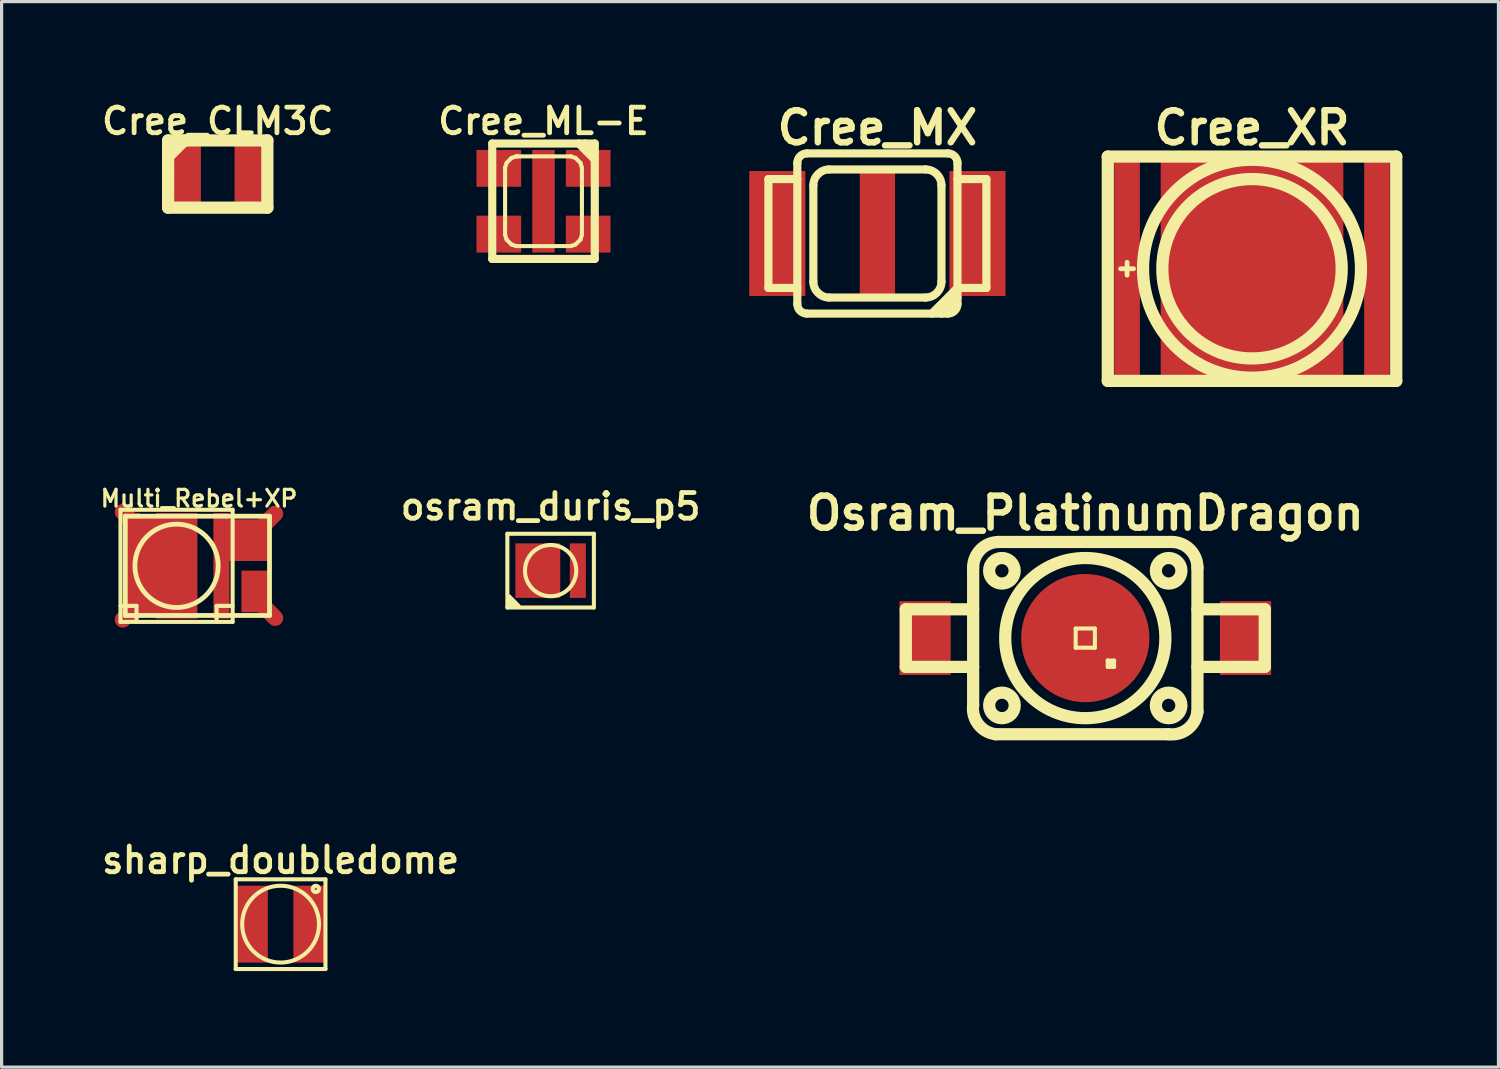
<source format=kicad_pcb>
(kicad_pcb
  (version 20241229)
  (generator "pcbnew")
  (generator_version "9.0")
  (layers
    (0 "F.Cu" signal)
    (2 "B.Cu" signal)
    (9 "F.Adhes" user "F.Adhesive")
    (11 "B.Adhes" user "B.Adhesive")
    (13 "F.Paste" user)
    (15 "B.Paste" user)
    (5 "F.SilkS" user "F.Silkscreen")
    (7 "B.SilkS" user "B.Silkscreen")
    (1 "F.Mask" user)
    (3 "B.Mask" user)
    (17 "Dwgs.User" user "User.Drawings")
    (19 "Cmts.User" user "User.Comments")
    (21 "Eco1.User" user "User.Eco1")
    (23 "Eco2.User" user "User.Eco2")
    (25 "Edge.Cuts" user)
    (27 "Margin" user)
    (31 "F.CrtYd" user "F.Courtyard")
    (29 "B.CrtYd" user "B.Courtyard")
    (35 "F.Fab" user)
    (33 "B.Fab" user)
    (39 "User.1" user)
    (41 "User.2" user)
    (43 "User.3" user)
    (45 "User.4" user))
  (footprint "Cree_XR"
    (layer "F.Cu")
    (at 36.023 5.337)
    (property "Reference" "Cree_XR" (at 0 -4.399 0) (layer "F.SilkS") (effects (font (size 1.001 1.001) (thickness 0.201))))
    (attr through_hole)
    (fp_line (start -4.501 -3.5) (end -4.501 3.5) (stroke (width 0.381) (type solid)) (layer "F.SilkS"))
    (fp_line (start -4.501 3.5) (end 4.501 3.5) (stroke (width 0.381) (type solid)) (layer "F.SilkS"))
    (fp_line (start -3.899 0.201) (end -3.899 -0.201) (stroke (width 0.15) (type solid)) (layer "F.SilkS"))
    (fp_line (start -3.698 0) (end -4.1 0) (stroke (width 0.15) (type solid)) (layer "F.SilkS"))
    (fp_line (start 4.501 -3.5) (end -4.501 -3.5) (stroke (width 0.381) (type solid)) (layer "F.SilkS"))
    (fp_line (start 4.501 3.5) (end 4.501 -3.5) (stroke (width 0.381) (type solid)) (layer "F.SilkS"))
    (fp_circle (center 0 0) (end -3.401 0) (stroke (width 0.381) (type solid)) (fill no) (layer "F.SilkS"))
    (fp_circle (center 0 0) (end -2.799 0) (stroke (width 0.381) (type solid)) (fill no) (layer "F.SilkS"))
    (pad "" smd rect (at -3.861 0) (size 0.297 4.996) (layers "F.Mask" "F.Paste"))
    (pad "" smd rect (at -0.686 -0.925) (size 1.372 1.847) (layers "F.Mask" "F.Paste"))
    (pad "" smd rect (at -0.686 0.925) (size 1.372 1.847) (layers "F.Mask" "F.Paste"))
    (pad "" smd rect (at 0.686 -0.925) (size 1.372 1.847) (layers "F.Mask" "F.Paste"))
    (pad "" smd rect (at 0.686 0.925) (size 1.372 1.847) (layers "F.Mask" "F.Paste"))
    (pad "" smd rect (at 3.861 0) (size 0.297 4.996) (layers "F.Mask" "F.Paste"))
    (pad "1" smd rect (at -3.9 0) (size 0.8 7) (layers "F.Cu"))
    (pad "2" smd rect (at 3.9 0) (size 0.8 7) (layers "F.Cu"))
    (pad "3" smd rect (at 0 0) (size 5.7 7) (layers "F.Cu")))
  (footprint "Osram_PlatinumDragon"
    (layer "F.Cu")
    (at 30.82 16.864)
    (property "Reference" "Osram_PlatinumDragon" (at 0 -3.899 0) (layer "F.SilkS") (effects (font (size 1.001 1.001) (thickness 0.201))))
    (attr through_hole)
    (fp_line (start -5.601 -0.899) (end -5.601 0.899) (stroke (width 0.381) (type solid)) (layer "F.SilkS"))
    (fp_line (start -5.601 0.899) (end -3.5 0.899) (stroke (width 0.381) (type solid)) (layer "F.SilkS"))
    (fp_line (start -3.5 -0.899) (end -5.601 -0.899) (stroke (width 0.381) (type solid)) (layer "F.SilkS"))
    (fp_line (start -3.5 2.101) (end -3.5 -2.2) (stroke (width 0.381) (type solid)) (layer "F.SilkS"))
    (fp_line (start -2.7 -3) (end 2.7 -3) (stroke (width 0.381) (type solid)) (layer "F.SilkS"))
    (fp_line (start -0.3 -0.3) (end 0.3 -0.3) (stroke (width 0.127) (type solid)) (layer "F.SilkS"))
    (fp_line (start -0.3 0.3) (end -0.3 -0.3) (stroke (width 0.127) (type solid)) (layer "F.SilkS"))
    (fp_line (start 0.3 -0.3) (end 0.3 0.3) (stroke (width 0.127) (type solid)) (layer "F.SilkS"))
    (fp_line (start 0.3 0.3) (end -0.3 0.3) (stroke (width 0.127) (type solid)) (layer "F.SilkS"))
    (fp_line (start 0.701 0.701) (end 0.8 0.8) (stroke (width 0.127) (type solid)) (layer "F.SilkS"))
    (fp_line (start 0.701 0.701) (end 0.899 0.701) (stroke (width 0.127) (type solid)) (layer "F.SilkS"))
    (fp_line (start 0.701 0.899) (end 0.701 0.701) (stroke (width 0.127) (type solid)) (layer "F.SilkS"))
    (fp_line (start 0.899 0.701) (end 0.899 0.899) (stroke (width 0.127) (type solid)) (layer "F.SilkS"))
    (fp_line (start 0.899 0.899) (end 0.701 0.899) (stroke (width 0.127) (type solid)) (layer "F.SilkS"))
    (fp_line (start 2.601 3) (end -2.799 3) (stroke (width 0.381) (type solid)) (layer "F.SilkS"))
    (fp_line (start 3.5 -2.2) (end 3.5 2.301) (stroke (width 0.381) (type solid)) (layer "F.SilkS"))
    (fp_line (start 5.601 -0.899) (end 3.5 -0.899) (stroke (width 0.381) (type solid)) (layer "F.SilkS"))
    (fp_line (start 5.601 -0.899) (end 5.601 0.899) (stroke (width 0.381) (type solid)) (layer "F.SilkS"))
    (fp_line (start 5.601 0.899) (end 3.5 0.899) (stroke (width 0.381) (type solid)) (layer "F.SilkS"))
    (fp_arc (start -3.50012 -2.19964) (mid -3.265776 -2.765396) (end -2.70002 -2.99974) (stroke (width 0.381) (type solid)) (layer "F.SilkS"))
    (fp_arc (start -2.79908 2.99974) (mid -3.335822 2.69535) (end -3.50012 2.10058) (stroke (width 0.381) (type solid)) (layer "F.SilkS"))
    (fp_arc (start 2.70002 -2.99974) (mid 3.265776 -2.765396) (end 3.50012 -2.19964) (stroke (width 0.381) (type solid)) (layer "F.SilkS"))
    (fp_arc (start 3.50012 2.30124) (mid 3.193934 2.837238) (end 2.59842 2.99974) (stroke (width 0.381) (type solid)) (layer "F.SilkS"))
    (fp_circle (center -2.603 -2.101) (end -3.002 -2.101) (stroke (width 0.381) (type solid)) (fill no) (layer "F.SilkS"))
    (fp_circle (center -2.601 2.101) (end -3 2.101) (stroke (width 0.381) (type solid)) (fill no) (layer "F.SilkS"))
    (fp_circle (center 0 0) (end -2.499 0) (stroke (width 0.381) (type solid)) (fill no) (layer "F.SilkS"))
    (fp_circle (center 2.601 -2.101) (end 3 -2.101) (stroke (width 0.381) (type solid)) (fill no) (layer "F.SilkS"))
    (fp_circle (center 2.601 2.101) (end 3 2.101) (stroke (width 0.381) (type solid)) (fill no) (layer "F.SilkS"))
    (pad "1" smd rect (at -5.001 0) (size 1.6 2.301) (layers "F.Cu" "F.Mask" "F.Paste"))
    (pad "2" smd rect (at 5.001 0) (size 1.6 2.301) (layers "F.Cu" "F.Mask" "F.Paste"))
    (pad "3" smd circle (at 0 0) (size 4 4) (layers "F.Cu" "F.Mask" "F.Paste")))
  (footprint "Multi_Rebel+XP"
    (layer "F.Cu")
    (at 2.46 14.608)
    (property "Reference" "Multi_Rebel+XP" (at 0.701 -2.101 0) (layer "F.SilkS") (effects (font (size 0.523 0.523) (thickness 0.099))))
    (attr through_hole)
    (fp_line (start -1.75 -1.75) (end -1.75 1.75) (stroke (width 0.127) (type solid)) (layer "F.SilkS"))
    (fp_line (start -1.75 1.25) (end -1.25 1.25) (stroke (width 0.127) (type solid)) (layer "F.SilkS"))
    (fp_line (start -1.75 1.75) (end 1.75 1.75) (stroke (width 0.127) (type solid)) (layer "F.SilkS"))
    (fp_line (start -1.6 -1.549) (end -1.6 1.549) (stroke (width 0.15) (type solid)) (layer "F.SilkS"))
    (fp_line (start -1.6 1.549) (end 2.901 1.549) (stroke (width 0.15) (type solid)) (layer "F.SilkS"))
    (fp_line (start -1.25 1.25) (end -1.25 1.75) (stroke (width 0.127) (type solid)) (layer "F.SilkS"))
    (fp_line (start 1.25 1.25) (end 1.75 1.25) (stroke (width 0.127) (type solid)) (layer "F.SilkS"))
    (fp_line (start 1.25 1.75) (end 1.25 1.25) (stroke (width 0.127) (type solid)) (layer "F.SilkS"))
    (fp_line (start 1.75 -1.75) (end -1.75 -1.75) (stroke (width 0.127) (type solid)) (layer "F.SilkS"))
    (fp_line (start 1.75 1.75) (end 1.75 -1.75) (stroke (width 0.127) (type solid)) (layer "F.SilkS"))
    (fp_line (start 2.901 -1.549) (end -1.6 -1.549) (stroke (width 0.15) (type solid)) (layer "F.SilkS"))
    (fp_line (start 2.901 1.549) (end 2.901 -1.549) (stroke (width 0.15) (type solid)) (layer "F.SilkS"))
    (fp_circle (center 0 0) (end 0 -1.3) (stroke (width 0.15) (type solid)) (fill no) (layer "F.SilkS"))
    (pad "1" smd rect (at 1.4 0) (size 0.5 3.299) (layers "F.Cu" "F.Mask" "F.Paste"))
    (pad "1" smd rect (at 2.273 -0.8) (size 1.3 1.3) (layers "F.Cu" "F.Mask" "F.Paste"))
    (pad "1" smd oval (at 2.901 -1.45 315) (size 0.5 1.001) (layers "F.Cu" "F.Mask"))
    (pad "2" smd oval (at -1.501 -1.501 45) (size 0.5 1.001) (layers "F.Cu" "F.Mask"))
    (pad "2" smd oval (at -1.501 1.501 315) (size 0.5 1.001) (layers "F.Cu" "F.Mask"))
    (pad "2" smd rect (at -1.4 0) (size 0.5 3.299) (layers "F.Cu" "F.Mask" "F.Paste"))
    (pad "2" smd rect (at -0.899 0) (size 0.599 3) (layers "F.Cu" "F.Mask" "F.Paste"))
    (pad "2" smd rect (at 0 0) (size 1.3 3.299) (layers "F.Cu" "F.Mask" "F.Paste"))
    (pad "2" smd rect (at 2.474 0.8) (size 0.899 1.3) (layers "F.Cu" "F.Mask" "F.Paste"))
    (pad "2" smd oval (at 2.901 1.45 45) (size 0.5 1.001) (layers "F.Cu" "F.Mask")))
  (footprint "Cree_ML-E"
    (layer "F.Cu")
    (at 13.912 3.23)
    (property "Reference" "Cree_ML-E" (at 0 -2.499 0) (layer "F.SilkS") (effects (font (size 0.8 0.8) (thickness 0.15))))
    (attr through_hole)
    (fp_line (start -1.6 -1.801) (end 1.6 -1.801) (stroke (width 0.254) (type solid)) (layer "F.SilkS"))
    (fp_line (start -1.6 1.801) (end -1.6 -1.801) (stroke (width 0.254) (type solid)) (layer "F.SilkS"))
    (fp_line (start -1.199 -1.049) (end -1.199 1.049) (stroke (width 0.127) (type solid)) (layer "F.SilkS"))
    (fp_line (start -1.199 1.049) (end -1.151 1.199) (stroke (width 0.127) (type solid)) (layer "F.SilkS"))
    (fp_line (start -1.151 -1.199) (end -1.199 -1.049) (stroke (width 0.127) (type solid)) (layer "F.SilkS"))
    (fp_line (start -1.151 1.199) (end -1.001 1.349) (stroke (width 0.127) (type solid)) (layer "F.SilkS"))
    (fp_line (start -1.001 -1.349) (end -1.151 -1.199) (stroke (width 0.127) (type solid)) (layer "F.SilkS"))
    (fp_line (start -0.851 -1.4) (end -1.001 -1.349) (stroke (width 0.127) (type solid)) (layer "F.SilkS"))
    (fp_line (start -0.851 -1.4) (end -0.8 -1.4) (stroke (width 0.127) (type solid)) (layer "F.SilkS"))
    (fp_line (start -0.851 1.4) (end -1.001 1.349) (stroke (width 0.127) (type solid)) (layer "F.SilkS"))
    (fp_line (start -0.851 1.4) (end 0.851 1.4) (stroke (width 0.127) (type solid)) (layer "F.SilkS"))
    (fp_line (start 0.851 -1.4) (end -0.851 -1.4) (stroke (width 0.127) (type solid)) (layer "F.SilkS"))
    (fp_line (start 0.851 1.4) (end 1.001 1.349) (stroke (width 0.127) (type solid)) (layer "F.SilkS"))
    (fp_line (start 1.001 -1.349) (end 0.851 -1.4) (stroke (width 0.127) (type solid)) (layer "F.SilkS"))
    (fp_line (start 1.1 -1.801) (end 1.6 -1.3) (stroke (width 0.254) (type solid)) (layer "F.SilkS"))
    (fp_line (start 1.151 -1.199) (end 1.001 -1.349) (stroke (width 0.127) (type solid)) (layer "F.SilkS"))
    (fp_line (start 1.151 1.199) (end 1.001 1.349) (stroke (width 0.127) (type solid)) (layer "F.SilkS"))
    (fp_line (start 1.199 -1.049) (end 1.151 -1.199) (stroke (width 0.127) (type solid)) (layer "F.SilkS"))
    (fp_line (start 1.199 1.049) (end 1.151 1.199) (stroke (width 0.127) (type solid)) (layer "F.SilkS"))
    (fp_line (start 1.199 1.049) (end 1.199 -1.049) (stroke (width 0.127) (type solid)) (layer "F.SilkS"))
    (fp_line (start 1.3 -1.801) (end 1.6 -1.501) (stroke (width 0.254) (type solid)) (layer "F.SilkS"))
    (fp_line (start 1.6 -1.801) (end 1.6 1.801) (stroke (width 0.254) (type solid)) (layer "F.SilkS"))
    (fp_line (start 1.6 1.801) (end -1.6 1.801) (stroke (width 0.254) (type solid)) (layer "F.SilkS"))
    (pad "1" smd rect (at -1.394 -1.026) (size 1.394 1.151) (layers "F.Cu" "F.Mask" "F.Paste"))
    (pad "2" smd rect (at -1.394 1.026) (size 1.394 1.151) (layers "F.Cu" "F.Mask" "F.Paste"))
    (pad "3" smd rect (at 1.394 1.026) (size 1.394 1.151) (layers "F.Cu" "F.Mask" "F.Paste"))
    (pad "4" smd rect (at 1.394 -1.026) (size 1.394 1.151) (layers "F.Cu" "F.Mask" "F.Paste"))
    (pad "5" smd rect (at 0 0) (size 0.701 3.2) (layers "F.Cu" "F.Mask" "F.Paste")))
  (footprint "sharp_doubledome"
    (layer "F.Cu")
    (at 5.707 25.791)
    (property "Reference" "sharp_doubledome" (at 0 -1.999 0) (layer "F.SilkS") (effects (font (size 0.8 0.8) (thickness 0.15))))
    (attr through_hole)
    (fp_line (start -1.4 -1.4) (end -1.4 1.4) (stroke (width 0.127) (type solid)) (layer "F.SilkS"))
    (fp_line (start -1.4 1.4) (end 1.4 1.4) (stroke (width 0.127) (type solid)) (layer "F.SilkS"))
    (fp_line (start 1.4 -1.4) (end -1.4 -1.4) (stroke (width 0.127) (type solid)) (layer "F.SilkS"))
    (fp_line (start 1.4 1.4) (end 1.4 -1.4) (stroke (width 0.127) (type solid)) (layer "F.SilkS"))
    (fp_circle (center 0 0) (end -1.199 0) (stroke (width 0.127) (type solid)) (fill no) (layer "F.SilkS"))
    (fp_circle (center 1.1 -1.1) (end 1.001 -1.1) (stroke (width 0.127) (type solid)) (fill no) (layer "F.SilkS"))
    (pad "1" smd rect (at -0.899 0) (size 1.001 2.4) (layers "F.Cu" "F.Mask" "F.Paste"))
    (pad "2" smd rect (at 0.899 0) (size 1.001 2.4) (layers "F.Cu" "F.Mask" "F.Paste")))
  (footprint "osram_duris_p5"
    (layer "F.Cu")
    (at 14.134 14.758)
    (property "Reference" "osram_duris_p5" (at 0 -1.999 0) (layer "F.SilkS") (effects (font (size 0.8 0.8) (thickness 0.15))))
    (attr through_hole)
    (fp_line (start -1.35 -1.15) (end -1.35 1.15) (stroke (width 0.127) (type solid)) (layer "F.SilkS"))
    (fp_line (start -1.35 1.15) (end 1.35 1.15) (stroke (width 0.127) (type solid)) (layer "F.SilkS"))
    (fp_line (start -1.3 0.8) (end -1 1.1) (stroke (width 0.127) (type solid)) (layer "F.SilkS"))
    (fp_line (start -1.3 0.9) (end -1.1 1.1) (stroke (width 0.127) (type solid)) (layer "F.SilkS"))
    (fp_line (start -1.2 1.1) (end -1.3 1) (stroke (width 0.127) (type solid)) (layer "F.SilkS"))
    (fp_line (start 1.35 -1.15) (end -1.35 -1.15) (stroke (width 0.127) (type solid)) (layer "F.SilkS"))
    (fp_line (start 1.35 1.15) (end 1.35 -1.15) (stroke (width 0.127) (type solid)) (layer "F.SilkS"))
    (fp_circle (center 0 0) (end 0.8 0) (stroke (width 0.127) (type solid)) (fill no) (layer "F.SilkS"))
    (pad "" smd rect (at -0.8 0) (size 0.45 1.5) (layers "F.Paste"))
    (pad "" smd rect (at -0.1 0) (size 0.6 1.5) (layers "F.Paste"))
    (pad "1" smd rect (at -0.4 0) (size 1.4 1.7) (layers "F.Cu" "F.Mask"))
    (pad "2" smd rect (at 0.85 0) (size 0.5 1.7) (layers "F.Cu" "F.Mask" "F.Paste")))
  (footprint "Cree_CLM3C"
    (layer "F.Cu")
    (at 3.745 2.382)
    (property "Reference" "Cree_CLM3C" (at 0 -1.651 0) (layer "F.SilkS") (effects (font (size 0.8 0.8) (thickness 0.15))))
    (attr through_hole)
    (fp_line (start -1.549 -1.049) (end 1.549 -1.049) (stroke (width 0.381) (type solid)) (layer "F.SilkS"))
    (fp_line (start -1.549 -0.551) (end -1.049 -1.049) (stroke (width 0.381) (type solid)) (layer "F.SilkS"))
    (fp_line (start -1.549 0) (end -1.549 -1.049) (stroke (width 0.381) (type solid)) (layer "F.SilkS"))
    (fp_line (start -1.549 1.049) (end -1.549 0) (stroke (width 0.381) (type solid)) (layer "F.SilkS"))
    (fp_line (start 1.549 -1.049) (end 1.549 1.049) (stroke (width 0.381) (type solid)) (layer "F.SilkS"))
    (fp_line (start 1.549 1.049) (end -1.549 1.049) (stroke (width 0.381) (type solid)) (layer "F.SilkS"))
    (pad "1" smd rect (at -1.125 0) (size 1.199 1.801) (layers "F.Cu" "F.Mask" "F.Paste"))
    (pad "2" smd rect (at 1.125 0) (size 1.199 1.801) (layers "F.Cu" "F.Mask" "F.Paste")))
  (footprint "Cree_MX"
    (layer "F.Cu")
    (at 24.332 4.237)
    (property "Reference" "Cree_MX" (at 0 -3.299 0) (layer "F.SilkS") (effects (font (size 1.001 1.001) (thickness 0.201))))
    (attr through_hole)
    (fp_line (start -3.401 -1.699) (end -3.401 1.699) (stroke (width 0.254) (type solid)) (layer "F.SilkS"))
    (fp_line (start -3.401 1.699) (end -2.499 1.699) (stroke (width 0.254) (type solid)) (layer "F.SilkS"))
    (fp_line (start -2.499 -2.2) (end -2.499 2.2) (stroke (width 0.254) (type solid)) (layer "F.SilkS"))
    (fp_line (start -2.499 -1.699) (end -3.401 -1.699) (stroke (width 0.254) (type solid)) (layer "F.SilkS"))
    (fp_line (start -2.2 2.499) (end 2.2 2.499) (stroke (width 0.254) (type solid)) (layer "F.SilkS"))
    (fp_line (start -1.999 -1.501) (end -1.999 1.501) (stroke (width 0.254) (type solid)) (layer "F.SilkS"))
    (fp_line (start -1.501 1.999) (end 1.501 1.999) (stroke (width 0.254) (type solid)) (layer "F.SilkS"))
    (fp_line (start 1.501 -1.999) (end -1.501 -1.999) (stroke (width 0.254) (type solid)) (layer "F.SilkS"))
    (fp_line (start 1.999 1.501) (end 1.999 -1.501) (stroke (width 0.254) (type solid)) (layer "F.SilkS"))
    (fp_line (start 1.999 2.499) (end 2.499 1.999) (stroke (width 0.254) (type solid)) (layer "F.SilkS"))
    (fp_line (start 2.2 -2.499) (end -2.2 -2.499) (stroke (width 0.254) (type solid)) (layer "F.SilkS"))
    (fp_line (start 2.499 1.699) (end 1.699 2.499) (stroke (width 0.254) (type solid)) (layer "F.SilkS"))
    (fp_line (start 2.499 1.699) (end 3.401 1.699) (stroke (width 0.254) (type solid)) (layer "F.SilkS"))
    (fp_line (start 2.499 2.2) (end 2.499 -2.2) (stroke (width 0.254) (type solid)) (layer "F.SilkS"))
    (fp_line (start 3.401 -1.699) (end 2.499 -1.699) (stroke (width 0.254) (type solid)) (layer "F.SilkS"))
    (fp_line (start 3.401 1.699) (end 3.401 -1.699) (stroke (width 0.254) (type solid)) (layer "F.SilkS"))
    (fp_arc (start -2.49936 -2.19964) (mid -2.411574 -2.411574) (end -2.19964 -2.49936) (stroke (width 0.254) (type solid)) (layer "F.SilkS"))
    (fp_arc (start -2.19964 2.49936) (mid -2.411574 2.411574) (end -2.49936 2.19964) (stroke (width 0.254) (type solid)) (layer "F.SilkS"))
    (fp_arc (start -1.99898 -1.50114) (mid -1.853166 -1.853166) (end -1.50114 -1.99898) (stroke (width 0.254) (type solid)) (layer "F.SilkS"))
    (fp_arc (start -1.50114 1.99898) (mid -1.853166 1.853166) (end -1.99898 1.50114) (stroke (width 0.254) (type solid)) (layer "F.SilkS"))
    (fp_arc (start 1.50114 -1.99898) (mid 1.853166 -1.853166) (end 1.99898 -1.50114) (stroke (width 0.254) (type solid)) (layer "F.SilkS"))
    (fp_arc (start 1.99898 1.50114) (mid 1.853166 1.853166) (end 1.50114 1.99898) (stroke (width 0.254) (type solid)) (layer "F.SilkS"))
    (fp_arc (start 2.19964 -2.49936) (mid 2.411574 -2.411574) (end 2.49936 -2.19964) (stroke (width 0.254) (type solid)) (layer "F.SilkS"))
    (fp_arc (start 2.49936 2.19964) (mid 2.411574 2.411574) (end 2.19964 2.49936) (stroke (width 0.254) (type solid)) (layer "F.SilkS"))
    (pad "1" smd rect (at -3.124 0) (size 1.75 3.899) (layers "F.Cu" "F.Mask" "F.Paste"))
    (pad "2" smd rect (at 3.124 0) (size 1.75 3.899) (layers "F.Cu" "F.Mask" "F.Paste"))
    (pad "3" smd rect (at 0 0) (size 1.1 3.899) (layers "F.Cu" "F.Mask" "F.Paste")))
  (gr_rect
    (start -3 -3)
    (end 43.714 30.254)
    (stroke (width 0.1) (type default))
    (fill no)
    (layer "Edge.Cuts")))
</source>
